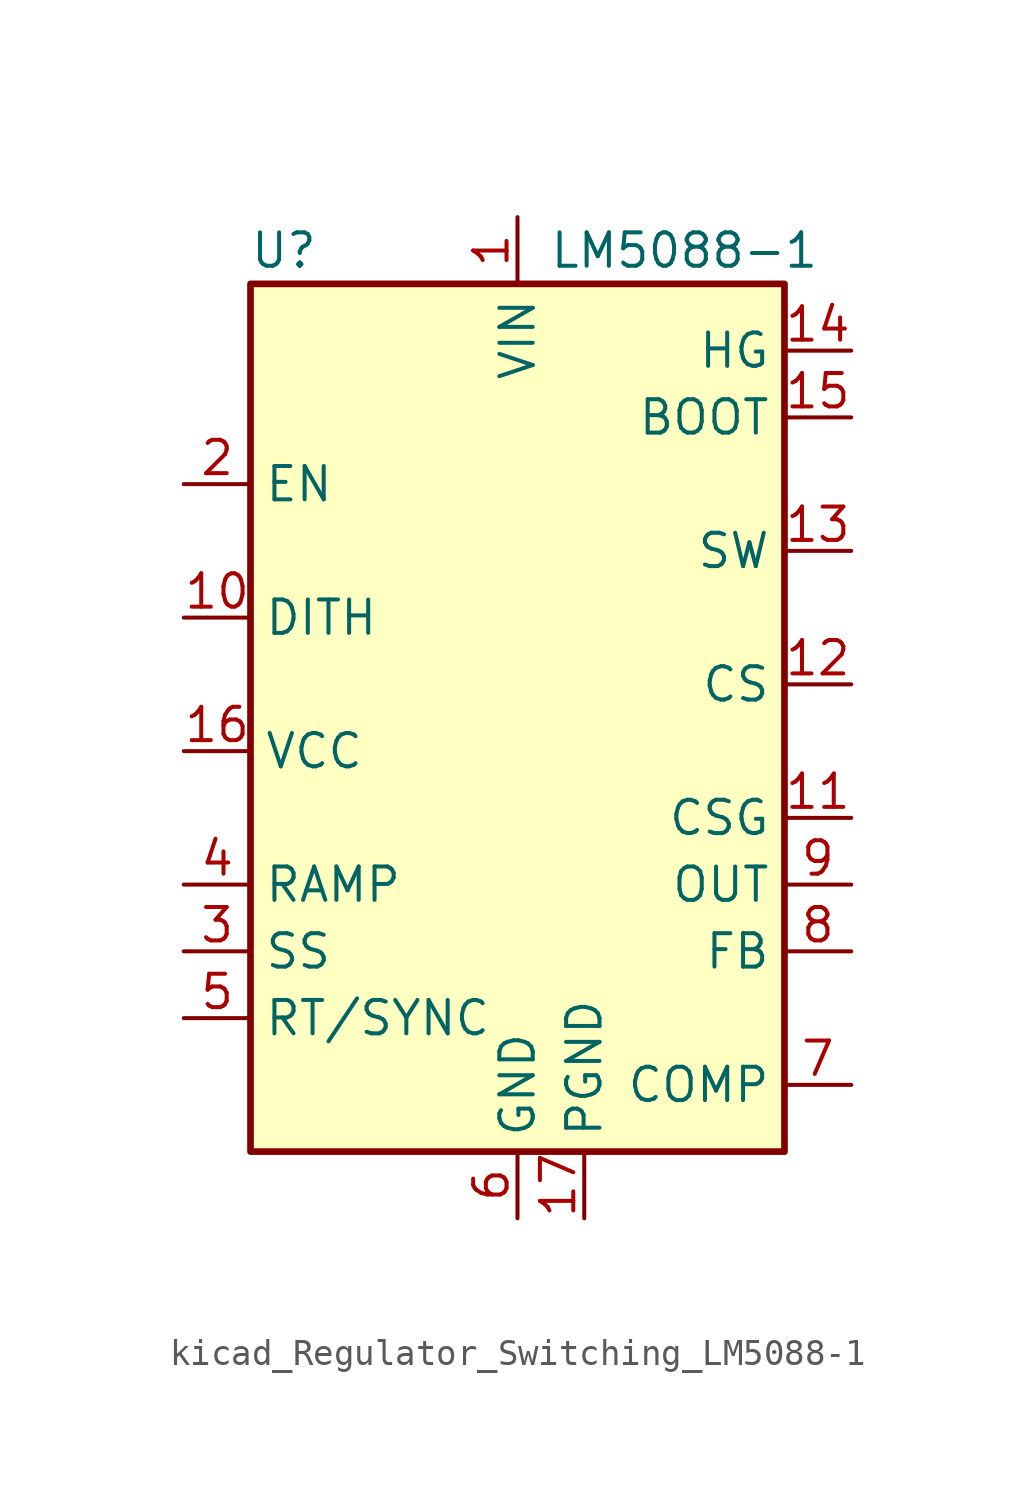
<source format=kicad_sym>
(kicad_symbol_lib
  (version 20220914)
  (generator kicad_symbol_editor)
  (symbol "kicad_Regulator_Switching_LM5088-1"
    (property "Reference" "U"
      (at -8.89 16.51 0)
      (effects (font (size 1.27 1.27))))
    (property "Value" "LM5088-1"
      (at 6.35 16.51 0)
      (effects (font (size 1.27 1.27))))
    (symbol "kicad_Regulator_Switching_LM5088-1_0_1"
      (rectangle (start -10.16 15.24) (end 10.16 -17.78) (stroke (width 0.254) (type default)) (fill (type background))))
    (symbol "kicad_Regulator_Switching_LM5088-1_1_1"
      (pin power_in line (at 0 17.78 270) (length 2.54) (name "VIN" (effects (font (size 1.27 1.27)))) (number "1" (effects (font (size 1.27 1.27)))))
      (pin passive line (at -12.7 2.54 0) (length 2.54) (name "DITH" (effects (font (size 1.27 1.27)))) (number "10" (effects (font (size 1.27 1.27)))))
      (pin passive line (at 12.7 -5.08 180) (length 2.54) (name "CSG" (effects (font (size 1.27 1.27)))) (number "11" (effects (font (size 1.27 1.27)))))
      (pin input line (at 12.7 0 180) (length 2.54) (name "CS" (effects (font (size 1.27 1.27)))) (number "12" (effects (font (size 1.27 1.27)))))
      (pin output line (at 12.7 5.08 180) (length 2.54) (name "SW" (effects (font (size 1.27 1.27)))) (number "13" (effects (font (size 1.27 1.27)))))
      (pin output line (at 12.7 12.7 180) (length 2.54) (name "HG" (effects (font (size 1.27 1.27)))) (number "14" (effects (font (size 1.27 1.27)))))
      (pin passive line (at 12.7 10.16 180) (length 2.54) (name "BOOT" (effects (font (size 1.27 1.27)))) (number "15" (effects (font (size 1.27 1.27)))))
      (pin power_out line (at -12.7 -2.54 0) (length 2.54) (name "VCC" (effects (font (size 1.27 1.27)))) (number "16" (effects (font (size 1.27 1.27)))))
      (pin passive line (at 2.54 -20.32 90) (length 2.54) (name "PGND" (effects (font (size 1.27 1.27)))) (number "17" (effects (font (size 1.27 1.27)))))
      (pin input line (at -12.7 7.62 0) (length 2.54) (name "EN" (effects (font (size 1.27 1.27)))) (number "2" (effects (font (size 1.27 1.27)))))
      (pin input line (at -12.7 -10.16 0) (length 2.54) (name "SS" (effects (font (size 1.27 1.27)))) (number "3" (effects (font (size 1.27 1.27)))))
      (pin passive line (at -12.7 -7.62 0) (length 2.54) (name "RAMP" (effects (font (size 1.27 1.27)))) (number "4" (effects (font (size 1.27 1.27)))))
      (pin passive line (at -12.7 -12.7 0) (length 2.54) (name "RT/SYNC" (effects (font (size 1.27 1.27)))) (number "5" (effects (font (size 1.27 1.27)))))
      (pin power_in line (at 0 -20.32 90) (length 2.54) (name "GND" (effects (font (size 1.27 1.27)))) (number "6" (effects (font (size 1.27 1.27)))))
      (pin passive line (at 12.7 -15.24 180) (length 2.54) (name "COMP" (effects (font (size 1.27 1.27)))) (number "7" (effects (font (size 1.27 1.27)))))
      (pin input line (at 12.7 -10.16 180) (length 2.54) (name "FB" (effects (font (size 1.27 1.27)))) (number "8" (effects (font (size 1.27 1.27)))))
      (pin input line (at 12.7 -7.62 180) (length 2.54) (name "OUT" (effects (font (size 1.27 1.27)))) (number "9" (effects (font (size 1.27 1.27))))))))
</source>
